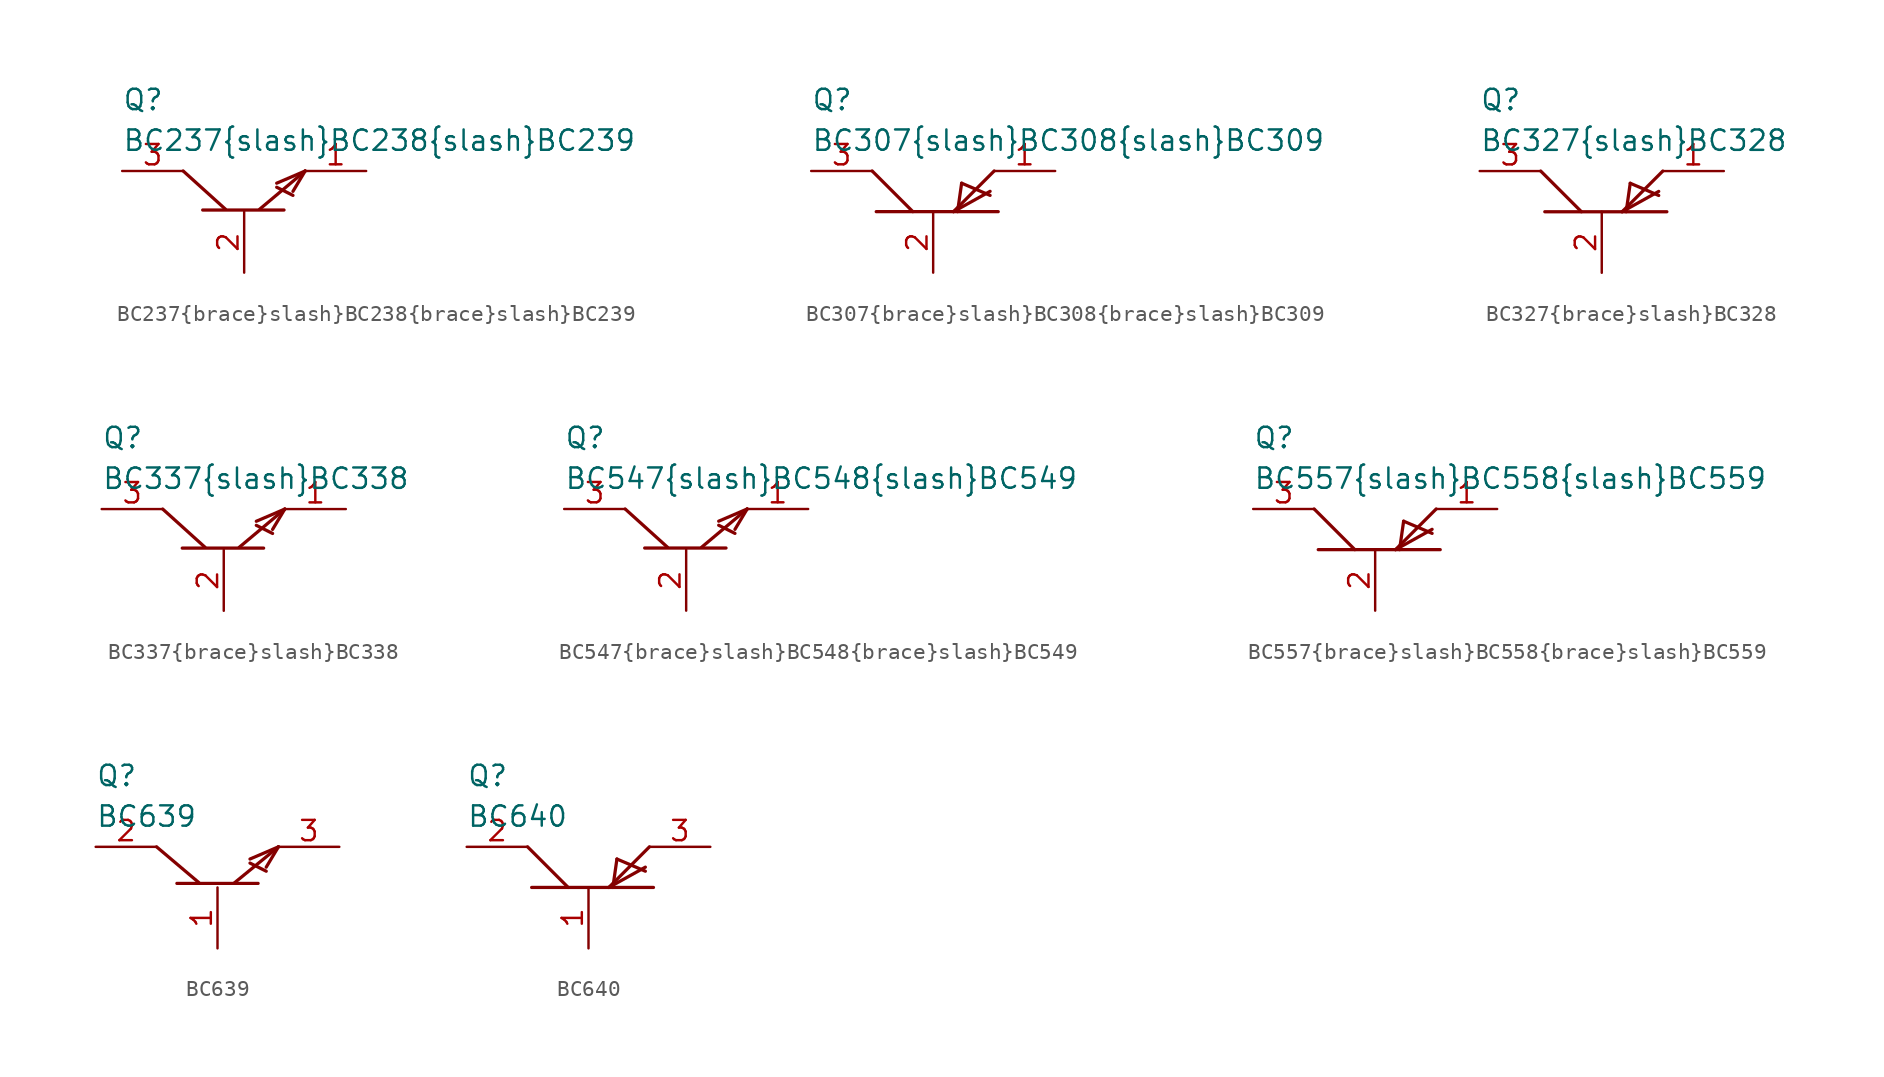
<source format=kicad_sym>
(kicad_symbol_lib
  (version 20211014)
  (generator kicad_symbol_editor)
  (symbol "BC237{brace}slash}BC238{brace}slash}BC239"
    (property "Reference" "Q"
      (at -7.62 8.255 0)
      (effects (font (size 1.27 1.27)) (justify left)))
    (property "Value" "BC237{brace}slash}BC238{brace}slash}BC239"
      (at -7.62 5.715 0)
      (effects (font (size 1.27 1.27)) (justify left)))
    (property "ki_locked" ""
      (at 0 0 0)
      (effects (font (size 1.27 1.27))))
    (symbol "BC237{brace}slash}BC238{brace}slash}BC239_0_0"
      (polyline (pts (xy -2.591 1.372) (xy 2.489 1.372)) (stroke (width 0.203) (type default) (color 0 0 0 0)) (fill (type none)))
      (polyline (pts (xy -1.168 1.422) (xy -3.81 3.81)) (stroke (width 0.203) (type default) (color 0 0 0 0)) (fill (type none)))
      (polyline (pts (xy 0.965 1.422) (xy 3.81 3.81)) (stroke (width 0.203) (type default) (color 0 0 0 0)) (fill (type none)))
      (polyline (pts (xy 2.032 2.794) (xy 3.048 2.286)) (stroke (width 0.203) (type default) (color 0 0 0 0)) (fill (type none)))
      (polyline (pts (xy 2.032 3.048) (xy 3.81 3.81)) (stroke (width 0.203) (type default) (color 0 0 0 0)) (fill (type none)))
      (polyline (pts (xy 3.048 2.54) (xy 3.81 3.81)) (stroke (width 0.203) (type default) (color 0 0 0 0)) (fill (type none))))
    (symbol "BC237{brace}slash}BC238{brace}slash}BC239_1_0"
      (pin unspecified line (at 7.62 3.81 180) (length 3.81) (name "~" (effects (font (size 1.27 1.27)))) (number "1" (effects (font (size 1.27 1.27)))))
      (pin unspecified line (at 0 -2.54 90) (length 3.81) (name "~" (effects (font (size 1.27 1.27)))) (number "2" (effects (font (size 1.27 1.27)))))
      (pin unspecified line (at -7.62 3.81 0) (length 3.81) (name "~" (effects (font (size 1.27 1.27)))) (number "3" (effects (font (size 1.27 1.27)))))))
  (symbol "BC307{brace}slash}BC308{brace}slash}BC309"
    (property "Reference" "Q"
      (at -7.62 8.255 0)
      (effects (font (size 1.27 1.27)) (justify left)))
    (property "Value" "BC307{brace}slash}BC308{brace}slash}BC309"
      (at -7.62 5.715 0)
      (effects (font (size 1.27 1.27)) (justify left)))
    (property "ki_locked" ""
      (at 0 0 0)
      (effects (font (size 1.27 1.27))))
    (symbol "BC307{brace}slash}BC308{brace}slash}BC309_0_0"
      (polyline (pts (xy -3.556 1.27) (xy 4.064 1.27)) (stroke (width 0.203) (type default) (color 0 0 0 0)) (fill (type none)))
      (polyline (pts (xy -1.27 1.27) (xy -3.81 3.81)) (stroke (width 0.203) (type default) (color 0 0 0 0)) (fill (type none)))
      (polyline (pts (xy 1.27 1.27) (xy 3.81 3.81)) (stroke (width 0.203) (type default) (color 0 0 0 0)) (fill (type none)))
      (polyline (pts (xy 1.778 3.048) (xy 1.524 1.27)) (stroke (width 0.203) (type default) (color 0 0 0 0)) (fill (type none)))
      (polyline (pts (xy 1.778 3.048) (xy 3.556 2.286)) (stroke (width 0.203) (type default) (color 0 0 0 0)) (fill (type none)))
      (polyline (pts (xy 3.556 2.54) (xy 1.27 1.27)) (stroke (width 0.203) (type default) (color 0 0 0 0)) (fill (type none))))
    (symbol "BC307{brace}slash}BC308{brace}slash}BC309_1_0"
      (pin unspecified line (at 7.62 3.81 180) (length 3.81) (name "~" (effects (font (size 1.27 1.27)))) (number "1" (effects (font (size 1.27 1.27)))))
      (pin unspecified line (at 0 -2.54 90) (length 3.81) (name "~" (effects (font (size 1.27 1.27)))) (number "2" (effects (font (size 1.27 1.27)))))
      (pin unspecified line (at -7.62 3.81 0) (length 3.81) (name "~" (effects (font (size 1.27 1.27)))) (number "3" (effects (font (size 1.27 1.27)))))))
  (symbol "BC327{brace}slash}BC328"
    (property "Reference" "Q"
      (at -7.62 8.255 0)
      (effects (font (size 1.27 1.27)) (justify left)))
    (property "Value" "BC327{brace}slash}BC328"
      (at -7.62 5.715 0)
      (effects (font (size 1.27 1.27)) (justify left)))
    (property "ki_locked" ""
      (at 0 0 0)
      (effects (font (size 1.27 1.27))))
    (symbol "BC327{brace}slash}BC328_0_0"
      (polyline (pts (xy -3.556 1.27) (xy 4.064 1.27)) (stroke (width 0.203) (type default) (color 0 0 0 0)) (fill (type none)))
      (polyline (pts (xy -1.27 1.27) (xy -3.81 3.81)) (stroke (width 0.203) (type default) (color 0 0 0 0)) (fill (type none)))
      (polyline (pts (xy 1.27 1.27) (xy 3.81 3.81)) (stroke (width 0.203) (type default) (color 0 0 0 0)) (fill (type none)))
      (polyline (pts (xy 1.778 3.048) (xy 1.524 1.27)) (stroke (width 0.203) (type default) (color 0 0 0 0)) (fill (type none)))
      (polyline (pts (xy 1.778 3.048) (xy 3.556 2.286)) (stroke (width 0.203) (type default) (color 0 0 0 0)) (fill (type none)))
      (polyline (pts (xy 3.556 2.54) (xy 1.27 1.27)) (stroke (width 0.203) (type default) (color 0 0 0 0)) (fill (type none))))
    (symbol "BC327{brace}slash}BC328_1_0"
      (pin unspecified line (at 7.62 3.81 180) (length 3.81) (name "~" (effects (font (size 1.27 1.27)))) (number "1" (effects (font (size 1.27 1.27)))))
      (pin unspecified line (at 0 -2.54 90) (length 3.81) (name "~" (effects (font (size 1.27 1.27)))) (number "2" (effects (font (size 1.27 1.27)))))
      (pin unspecified line (at -7.62 3.81 0) (length 3.81) (name "~" (effects (font (size 1.27 1.27)))) (number "3" (effects (font (size 1.27 1.27)))))))
  (symbol "BC337{brace}slash}BC338"
    (property "Reference" "Q"
      (at -7.62 8.255 0)
      (effects (font (size 1.27 1.27)) (justify left)))
    (property "Value" "BC337{brace}slash}BC338"
      (at -7.62 5.715 0)
      (effects (font (size 1.27 1.27)) (justify left)))
    (property "ki_locked" ""
      (at 0 0 0)
      (effects (font (size 1.27 1.27))))
    (symbol "BC337{brace}slash}BC338_0_0"
      (polyline (pts (xy -2.591 1.372) (xy 2.489 1.372)) (stroke (width 0.203) (type default) (color 0 0 0 0)) (fill (type none)))
      (polyline (pts (xy -1.168 1.422) (xy -3.81 3.81)) (stroke (width 0.203) (type default) (color 0 0 0 0)) (fill (type none)))
      (polyline (pts (xy 0.965 1.422) (xy 3.81 3.81)) (stroke (width 0.203) (type default) (color 0 0 0 0)) (fill (type none)))
      (polyline (pts (xy 2.032 2.794) (xy 3.048 2.286)) (stroke (width 0.203) (type default) (color 0 0 0 0)) (fill (type none)))
      (polyline (pts (xy 2.032 3.048) (xy 3.81 3.81)) (stroke (width 0.203) (type default) (color 0 0 0 0)) (fill (type none)))
      (polyline (pts (xy 3.048 2.54) (xy 3.81 3.81)) (stroke (width 0.203) (type default) (color 0 0 0 0)) (fill (type none))))
    (symbol "BC337{brace}slash}BC338_1_0"
      (pin unspecified line (at 7.62 3.81 180) (length 3.81) (name "~" (effects (font (size 1.27 1.27)))) (number "1" (effects (font (size 1.27 1.27)))))
      (pin unspecified line (at 0 -2.54 90) (length 3.81) (name "~" (effects (font (size 1.27 1.27)))) (number "2" (effects (font (size 1.27 1.27)))))
      (pin unspecified line (at -7.62 3.81 0) (length 3.81) (name "~" (effects (font (size 1.27 1.27)))) (number "3" (effects (font (size 1.27 1.27)))))))
  (symbol "BC547{brace}slash}BC548{brace}slash}BC549"
    (property "Reference" "Q"
      (at -7.62 8.255 0)
      (effects (font (size 1.27 1.27)) (justify left)))
    (property "Value" "BC547{brace}slash}BC548{brace}slash}BC549"
      (at -7.62 5.715 0)
      (effects (font (size 1.27 1.27)) (justify left)))
    (property "ki_locked" ""
      (at 0 0 0)
      (effects (font (size 1.27 1.27))))
    (symbol "BC547{brace}slash}BC548{brace}slash}BC549_0_0"
      (polyline (pts (xy -2.591 1.372) (xy 2.489 1.372)) (stroke (width 0.203) (type default) (color 0 0 0 0)) (fill (type none)))
      (polyline (pts (xy -1.168 1.422) (xy -3.81 3.81)) (stroke (width 0.203) (type default) (color 0 0 0 0)) (fill (type none)))
      (polyline (pts (xy 0.965 1.422) (xy 3.81 3.81)) (stroke (width 0.203) (type default) (color 0 0 0 0)) (fill (type none)))
      (polyline (pts (xy 2.032 2.794) (xy 3.048 2.286)) (stroke (width 0.203) (type default) (color 0 0 0 0)) (fill (type none)))
      (polyline (pts (xy 2.032 3.048) (xy 3.81 3.81)) (stroke (width 0.203) (type default) (color 0 0 0 0)) (fill (type none)))
      (polyline (pts (xy 3.048 2.54) (xy 3.81 3.81)) (stroke (width 0.203) (type default) (color 0 0 0 0)) (fill (type none))))
    (symbol "BC547{brace}slash}BC548{brace}slash}BC549_1_0"
      (pin unspecified line (at 7.62 3.81 180) (length 3.81) (name "~" (effects (font (size 1.27 1.27)))) (number "1" (effects (font (size 1.27 1.27)))))
      (pin unspecified line (at 0 -2.54 90) (length 3.81) (name "~" (effects (font (size 1.27 1.27)))) (number "2" (effects (font (size 1.27 1.27)))))
      (pin unspecified line (at -7.62 3.81 0) (length 3.81) (name "~" (effects (font (size 1.27 1.27)))) (number "3" (effects (font (size 1.27 1.27)))))))
  (symbol "BC557{brace}slash}BC558{brace}slash}BC559"
    (property "Reference" "Q"
      (at -7.62 8.255 0)
      (effects (font (size 1.27 1.27)) (justify left)))
    (property "Value" "BC557{brace}slash}BC558{brace}slash}BC559"
      (at -7.62 5.715 0)
      (effects (font (size 1.27 1.27)) (justify left)))
    (property "ki_locked" ""
      (at 0 0 0)
      (effects (font (size 1.27 1.27))))
    (symbol "BC557{brace}slash}BC558{brace}slash}BC559_0_0"
      (polyline (pts (xy -3.556 1.27) (xy 4.064 1.27)) (stroke (width 0.203) (type default) (color 0 0 0 0)) (fill (type none)))
      (polyline (pts (xy -1.27 1.27) (xy -3.81 3.81)) (stroke (width 0.203) (type default) (color 0 0 0 0)) (fill (type none)))
      (polyline (pts (xy 1.27 1.27) (xy 3.81 3.81)) (stroke (width 0.203) (type default) (color 0 0 0 0)) (fill (type none)))
      (polyline (pts (xy 1.778 3.048) (xy 1.524 1.27)) (stroke (width 0.203) (type default) (color 0 0 0 0)) (fill (type none)))
      (polyline (pts (xy 1.778 3.048) (xy 3.556 2.286)) (stroke (width 0.203) (type default) (color 0 0 0 0)) (fill (type none)))
      (polyline (pts (xy 3.556 2.54) (xy 1.27 1.27)) (stroke (width 0.203) (type default) (color 0 0 0 0)) (fill (type none))))
    (symbol "BC557{brace}slash}BC558{brace}slash}BC559_1_0"
      (pin unspecified line (at 7.62 3.81 180) (length 3.81) (name "~" (effects (font (size 1.27 1.27)))) (number "1" (effects (font (size 1.27 1.27)))))
      (pin unspecified line (at 0 -2.54 90) (length 3.81) (name "~" (effects (font (size 1.27 1.27)))) (number "2" (effects (font (size 1.27 1.27)))))
      (pin unspecified line (at -7.62 3.81 0) (length 3.81) (name "~" (effects (font (size 1.27 1.27)))) (number "3" (effects (font (size 1.27 1.27)))))))
  (symbol "BC639"
    (property "Reference" "Q"
      (at -7.62 8.255 0)
      (effects (font (size 1.27 1.27)) (justify left)))
    (property "Value" "BC639"
      (at -7.62 5.715 0)
      (effects (font (size 1.27 1.27)) (justify left)))
    (property "ki_locked" ""
      (at 0 0 0)
      (effects (font (size 1.27 1.27))))
    (symbol "BC639_0_0"
      (polyline (pts (xy -2.54 1.524) (xy 2.54 1.524)) (stroke (width 0.203) (type default) (color 0 0 0 0)) (fill (type none)))
      (polyline (pts (xy -1.168 1.575) (xy -3.81 3.81)) (stroke (width 0.203) (type default) (color 0 0 0 0)) (fill (type none)))
      (polyline (pts (xy 1.016 1.524) (xy 3.81 3.81)) (stroke (width 0.203) (type default) (color 0 0 0 0)) (fill (type none)))
      (polyline (pts (xy 2.032 2.794) (xy 3.048 2.286)) (stroke (width 0.203) (type default) (color 0 0 0 0)) (fill (type none)))
      (polyline (pts (xy 2.032 3.048) (xy 3.81 3.81)) (stroke (width 0.203) (type default) (color 0 0 0 0)) (fill (type none)))
      (polyline (pts (xy 3.048 2.54) (xy 3.81 3.81)) (stroke (width 0.203) (type default) (color 0 0 0 0)) (fill (type none))))
    (symbol "BC639_1_0"
      (pin unspecified line (at 0 -2.54 90) (length 3.81) (name "~" (effects (font (size 1.27 1.27)))) (number "1" (effects (font (size 1.27 1.27)))))
      (pin unspecified line (at -7.62 3.81 0) (length 3.81) (name "~" (effects (font (size 1.27 1.27)))) (number "2" (effects (font (size 1.27 1.27)))))
      (pin unspecified line (at 7.62 3.81 180) (length 3.81) (name "~" (effects (font (size 1.27 1.27)))) (number "3" (effects (font (size 1.27 1.27)))))))
  (symbol "BC640"
    (property "Reference" "Q"
      (at -7.62 8.255 0)
      (effects (font (size 1.27 1.27)) (justify left)))
    (property "Value" "BC640"
      (at -7.62 5.715 0)
      (effects (font (size 1.27 1.27)) (justify left)))
    (property "ki_locked" ""
      (at 0 0 0)
      (effects (font (size 1.27 1.27))))
    (symbol "BC640_0_0"
      (polyline (pts (xy -3.556 1.27) (xy 4.064 1.27)) (stroke (width 0.203) (type default) (color 0 0 0 0)) (fill (type none)))
      (polyline (pts (xy -1.27 1.27) (xy -3.81 3.81)) (stroke (width 0.203) (type default) (color 0 0 0 0)) (fill (type none)))
      (polyline (pts (xy 1.27 1.27) (xy 3.81 3.81)) (stroke (width 0.203) (type default) (color 0 0 0 0)) (fill (type none)))
      (polyline (pts (xy 1.778 3.048) (xy 1.524 1.27)) (stroke (width 0.203) (type default) (color 0 0 0 0)) (fill (type none)))
      (polyline (pts (xy 1.778 3.048) (xy 3.556 2.286)) (stroke (width 0.203) (type default) (color 0 0 0 0)) (fill (type none)))
      (polyline (pts (xy 3.556 2.54) (xy 1.27 1.27)) (stroke (width 0.203) (type default) (color 0 0 0 0)) (fill (type none))))
    (symbol "BC640_1_0"
      (pin unspecified line (at 0 -2.54 90) (length 3.81) (name "~" (effects (font (size 1.27 1.27)))) (number "1" (effects (font (size 1.27 1.27)))))
      (pin unspecified line (at -7.62 3.81 0) (length 3.81) (name "~" (effects (font (size 1.27 1.27)))) (number "2" (effects (font (size 1.27 1.27)))))
      (pin unspecified line (at 7.62 3.81 180) (length 3.81) (name "~" (effects (font (size 1.27 1.27)))) (number "3" (effects (font (size 1.27 1.27))))))))
</source>
